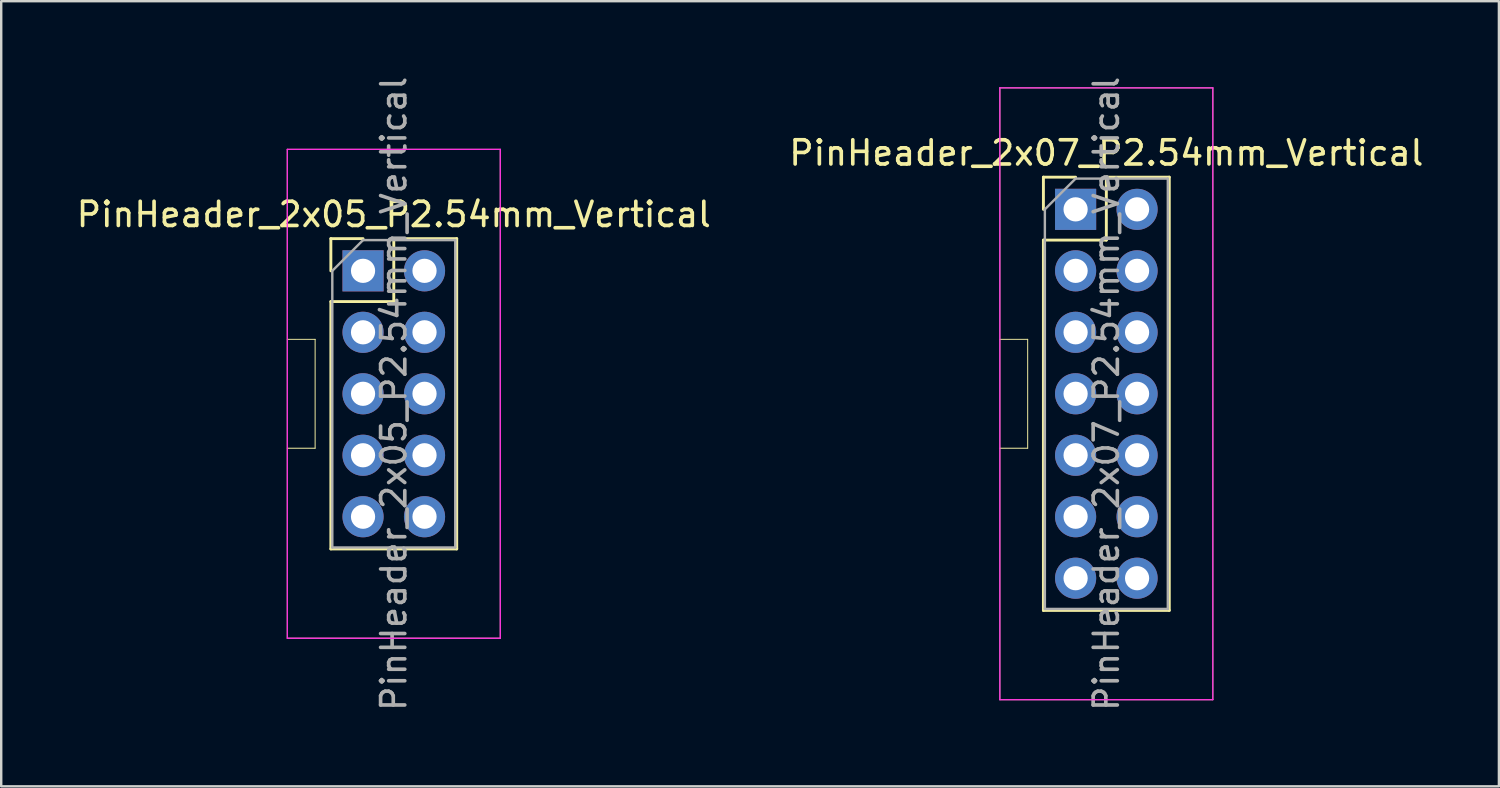
<source format=kicad_pcb>
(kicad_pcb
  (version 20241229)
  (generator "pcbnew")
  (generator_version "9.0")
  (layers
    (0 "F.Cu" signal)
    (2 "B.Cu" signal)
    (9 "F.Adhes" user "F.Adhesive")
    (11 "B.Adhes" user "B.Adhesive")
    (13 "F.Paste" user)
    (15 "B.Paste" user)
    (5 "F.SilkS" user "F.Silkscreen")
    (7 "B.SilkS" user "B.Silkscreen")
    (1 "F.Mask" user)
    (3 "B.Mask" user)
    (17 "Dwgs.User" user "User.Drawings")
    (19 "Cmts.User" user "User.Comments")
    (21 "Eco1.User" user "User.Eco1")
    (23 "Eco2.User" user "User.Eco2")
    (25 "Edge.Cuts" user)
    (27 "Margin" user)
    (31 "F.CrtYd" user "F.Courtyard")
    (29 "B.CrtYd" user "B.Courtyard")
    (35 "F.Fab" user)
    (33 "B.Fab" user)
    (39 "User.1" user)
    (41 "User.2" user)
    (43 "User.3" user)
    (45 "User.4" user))
  (footprint "PinHeader_2x07_P2.54mm_Vertical"
    (layer "F.Cu")
    (at 41.391 5.6)
    (property "Reference" "PinHeader_2x07_P2.54mm_Vertical" (at 1.27 -2.33 0) (layer "F.SilkS") (effects (font (size 1 1) (thickness 0.15))))
    (attr through_hole)
    (fp_line (start -3.13 -5.02) (end -3.13 20.26) (stroke (width 0.04) (type solid)) (layer "F.SilkS"))
    (fp_line (start -3.13 5.37) (end -1.98 5.37) (stroke (width 0.04) (type solid)) (layer "F.SilkS"))
    (fp_line (start -3.13 20.26) (end 5.67 20.26) (stroke (width 0.04) (type solid)) (layer "F.SilkS"))
    (fp_line (start -1.98 5.37) (end -1.98 9.87) (stroke (width 0.04) (type solid)) (layer "F.SilkS"))
    (fp_line (start -1.98 9.87) (end -3.13 9.87) (stroke (width 0.04) (type solid)) (layer "F.SilkS"))
    (fp_line (start -1.33 -1.33) (end 0 -1.33) (stroke (width 0.12) (type solid)) (layer "F.SilkS"))
    (fp_line (start -1.33 0) (end -1.33 -1.33) (stroke (width 0.12) (type solid)) (layer "F.SilkS"))
    (fp_line (start -1.33 1.27) (end -1.33 16.57) (stroke (width 0.12) (type solid)) (layer "F.SilkS"))
    (fp_line (start -1.33 1.27) (end 1.27 1.27) (stroke (width 0.12) (type solid)) (layer "F.SilkS"))
    (fp_line (start -1.33 16.57) (end 3.87 16.57) (stroke (width 0.12) (type solid)) (layer "F.SilkS"))
    (fp_line (start 1.27 -1.33) (end 3.87 -1.33) (stroke (width 0.12) (type solid)) (layer "F.SilkS"))
    (fp_line (start 1.27 1.27) (end 1.27 -1.33) (stroke (width 0.12) (type solid)) (layer "F.SilkS"))
    (fp_line (start 3.87 -1.33) (end 3.87 16.57) (stroke (width 0.12) (type solid)) (layer "F.SilkS"))
    (fp_line (start 5.67 -5.02) (end -3.13 -5.02) (stroke (width 0.04) (type solid)) (layer "F.SilkS"))
    (fp_line (start 5.67 20.26) (end 5.67 -5.02) (stroke (width 0.04) (type solid)) (layer "F.SilkS"))
    (fp_line (start -3.13 -5.02) (end -3.13 20.26) (stroke (width 0.05) (type solid)) (layer "F.CrtYd"))
    (fp_line (start -3.13 20.26) (end 5.67 20.26) (stroke (width 0.05) (type solid)) (layer "F.CrtYd"))
    (fp_line (start 5.67 -5.02) (end -3.13 -5.02) (stroke (width 0.05) (type solid)) (layer "F.CrtYd"))
    (fp_line (start 5.67 20.26) (end 5.67 -5.02) (stroke (width 0.05) (type solid)) (layer "F.CrtYd"))
    (fp_line (start -1.27 0) (end 0 -1.27) (stroke (width 0.1) (type solid)) (layer "F.Fab"))
    (fp_line (start -1.27 16.51) (end -1.27 0) (stroke (width 0.1) (type solid)) (layer "F.Fab"))
    (fp_line (start 0 -1.27) (end 3.81 -1.27) (stroke (width 0.1) (type solid)) (layer "F.Fab"))
    (fp_line (start 3.81 -1.27) (end 3.81 16.51) (stroke (width 0.1) (type solid)) (layer "F.Fab"))
    (fp_line (start 3.81 16.51) (end -1.27 16.51) (stroke (width 0.1) (type solid)) (layer "F.Fab"))
    (fp_text user "${REFERENCE}" (at 1.27 7.62 90) (layer "F.Fab") (effects (font (size 1 1) (thickness 0.15))))
    (pad "1" thru_hole rect (at 0 0) (size 1.7 1.7) (drill 1) (layers "*.Cu" "*.Mask"))
    (pad "2" thru_hole oval (at 2.54 0) (size 1.7 1.7) (drill 1) (layers "*.Cu" "*.Mask"))
    (pad "3" thru_hole oval (at 0 2.54) (size 1.7 1.7) (drill 1) (layers "*.Cu" "*.Mask"))
    (pad "4" thru_hole oval (at 2.54 2.54) (size 1.7 1.7) (drill 1) (layers "*.Cu" "*.Mask"))
    (pad "5" thru_hole oval (at 0 5.08) (size 1.7 1.7) (drill 1) (layers "*.Cu" "*.Mask"))
    (pad "6" thru_hole oval (at 2.54 5.08) (size 1.7 1.7) (drill 1) (layers "*.Cu" "*.Mask"))
    (pad "7" thru_hole oval (at 0 7.62) (size 1.7 1.7) (drill 1) (layers "*.Cu" "*.Mask"))
    (pad "8" thru_hole oval (at 2.54 7.62) (size 1.7 1.7) (drill 1) (layers "*.Cu" "*.Mask"))
    (pad "9" thru_hole oval (at 0 10.16) (size 1.7 1.7) (drill 1) (layers "*.Cu" "*.Mask"))
    (pad "10" thru_hole oval (at 2.54 10.16) (size 1.7 1.7) (drill 1) (layers "*.Cu" "*.Mask"))
    (pad "11" thru_hole oval (at 0 12.7) (size 1.7 1.7) (drill 1) (layers "*.Cu" "*.Mask"))
    (pad "12" thru_hole oval (at 2.54 12.7) (size 1.7 1.7) (drill 1) (layers "*.Cu" "*.Mask"))
    (pad "13" thru_hole oval (at 0 15.24) (size 1.7 1.7) (drill 1) (layers "*.Cu" "*.Mask"))
    (pad "14" thru_hole oval (at 2.54 15.24) (size 1.7 1.7) (drill 1) (layers "*.Cu" "*.Mask")))
  (footprint "PinHeader_2x05_P2.54mm_Vertical"
    (layer "F.Cu")
    (at 11.95 8.14)
    (property "Reference" "PinHeader_2x05_P2.54mm_Vertical" (at 1.27 -2.33 0) (layer "F.SilkS") (effects (font (size 1 1) (thickness 0.15))))
    (attr through_hole)
    (fp_line (start -3.13 -5.02) (end -3.13 15.18) (stroke (width 0.04) (type solid)) (layer "F.SilkS"))
    (fp_line (start -3.13 2.83) (end -1.98 2.83) (stroke (width 0.04) (type solid)) (layer "F.SilkS"))
    (fp_line (start -3.13 15.18) (end 5.67 15.18) (stroke (width 0.04) (type solid)) (layer "F.SilkS"))
    (fp_line (start -1.98 2.83) (end -1.98 7.33) (stroke (width 0.04) (type solid)) (layer "F.SilkS"))
    (fp_line (start -1.98 7.33) (end -3.13 7.33) (stroke (width 0.04) (type solid)) (layer "F.SilkS"))
    (fp_line (start -1.33 -1.33) (end 0 -1.33) (stroke (width 0.12) (type solid)) (layer "F.SilkS"))
    (fp_line (start -1.33 0) (end -1.33 -1.33) (stroke (width 0.12) (type solid)) (layer "F.SilkS"))
    (fp_line (start -1.33 1.27) (end -1.33 11.49) (stroke (width 0.12) (type solid)) (layer "F.SilkS"))
    (fp_line (start -1.33 1.27) (end 1.27 1.27) (stroke (width 0.12) (type solid)) (layer "F.SilkS"))
    (fp_line (start -1.33 11.49) (end 3.87 11.49) (stroke (width 0.12) (type solid)) (layer "F.SilkS"))
    (fp_line (start 1.27 -1.33) (end 3.87 -1.33) (stroke (width 0.12) (type solid)) (layer "F.SilkS"))
    (fp_line (start 1.27 1.27) (end 1.27 -1.33) (stroke (width 0.12) (type solid)) (layer "F.SilkS"))
    (fp_line (start 3.87 -1.33) (end 3.87 11.49) (stroke (width 0.12) (type solid)) (layer "F.SilkS"))
    (fp_line (start 5.67 -5.02) (end -3.13 -5.02) (stroke (width 0.04) (type solid)) (layer "F.SilkS"))
    (fp_line (start 5.67 15.18) (end 5.67 -5.02) (stroke (width 0.04) (type solid)) (layer "F.SilkS"))
    (fp_line (start -3.13 -5.02) (end -3.13 15.18) (stroke (width 0.05) (type solid)) (layer "F.CrtYd"))
    (fp_line (start -3.13 15.18) (end 5.67 15.18) (stroke (width 0.05) (type solid)) (layer "F.CrtYd"))
    (fp_line (start 5.67 -5.02) (end -3.13 -5.02) (stroke (width 0.05) (type solid)) (layer "F.CrtYd"))
    (fp_line (start 5.67 15.18) (end 5.67 -5.02) (stroke (width 0.05) (type solid)) (layer "F.CrtYd"))
    (fp_line (start -1.27 0) (end 0 -1.27) (stroke (width 0.1) (type solid)) (layer "F.Fab"))
    (fp_line (start -1.27 11.43) (end -1.27 0) (stroke (width 0.1) (type solid)) (layer "F.Fab"))
    (fp_line (start 0 -1.27) (end 3.81 -1.27) (stroke (width 0.1) (type solid)) (layer "F.Fab"))
    (fp_line (start 3.81 -1.27) (end 3.81 11.43) (stroke (width 0.1) (type solid)) (layer "F.Fab"))
    (fp_line (start 3.81 11.43) (end -1.27 11.43) (stroke (width 0.1) (type solid)) (layer "F.Fab"))
    (fp_text user "${REFERENCE}" (at 1.27 5.08 90) (layer "F.Fab") (effects (font (size 1 1) (thickness 0.15))))
    (pad "1" thru_hole rect (at 0 0) (size 1.7 1.7) (drill 1) (layers "*.Cu" "*.Mask"))
    (pad "2" thru_hole oval (at 2.54 0) (size 1.7 1.7) (drill 1) (layers "*.Cu" "*.Mask"))
    (pad "3" thru_hole oval (at 0 2.54) (size 1.7 1.7) (drill 1) (layers "*.Cu" "*.Mask"))
    (pad "4" thru_hole oval (at 2.54 2.54) (size 1.7 1.7) (drill 1) (layers "*.Cu" "*.Mask"))
    (pad "5" thru_hole oval (at 0 5.08) (size 1.7 1.7) (drill 1) (layers "*.Cu" "*.Mask"))
    (pad "6" thru_hole oval (at 2.54 5.08) (size 1.7 1.7) (drill 1) (layers "*.Cu" "*.Mask"))
    (pad "7" thru_hole oval (at 0 7.62) (size 1.7 1.7) (drill 1) (layers "*.Cu" "*.Mask"))
    (pad "8" thru_hole oval (at 2.54 7.62) (size 1.7 1.7) (drill 1) (layers "*.Cu" "*.Mask"))
    (pad "9" thru_hole oval (at 0 10.16) (size 1.7 1.7) (drill 1) (layers "*.Cu" "*.Mask"))
    (pad "10" thru_hole oval (at 2.54 10.16) (size 1.7 1.7) (drill 1) (layers "*.Cu" "*.Mask")))
  (gr_rect
    (start -3 -3)
    (end 58.881 29.44)
    (stroke (width 0.1) (type default))
    (fill no)
    (layer "Edge.Cuts")))
</source>
